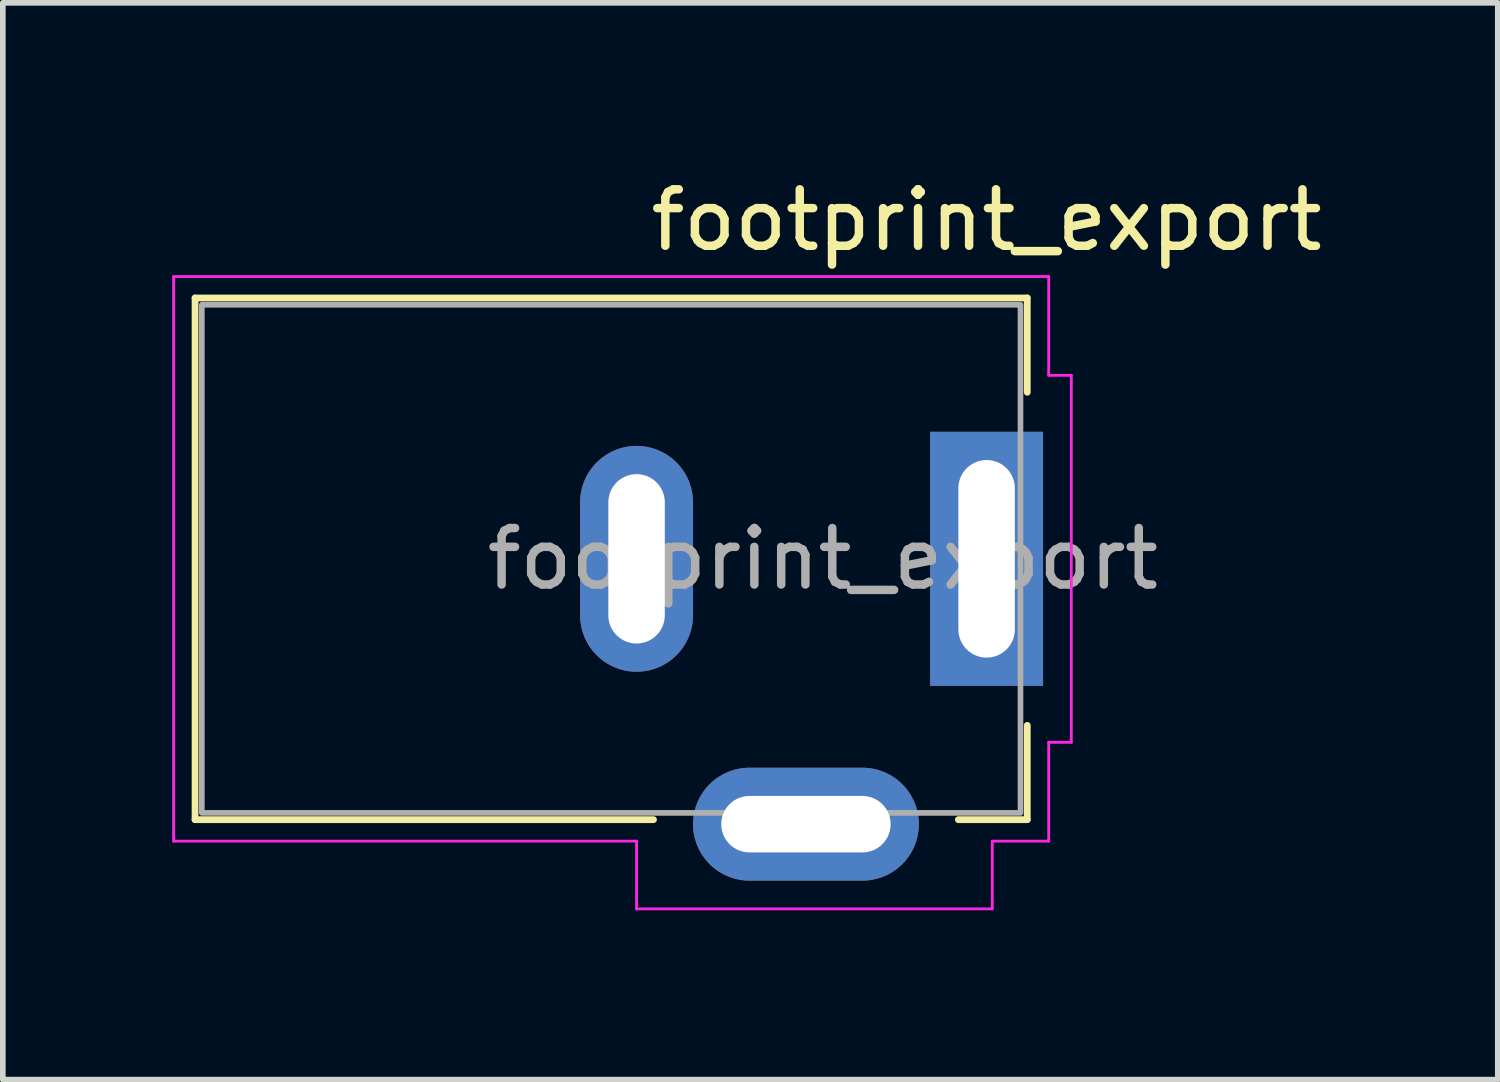
<source format=kicad_pcb>
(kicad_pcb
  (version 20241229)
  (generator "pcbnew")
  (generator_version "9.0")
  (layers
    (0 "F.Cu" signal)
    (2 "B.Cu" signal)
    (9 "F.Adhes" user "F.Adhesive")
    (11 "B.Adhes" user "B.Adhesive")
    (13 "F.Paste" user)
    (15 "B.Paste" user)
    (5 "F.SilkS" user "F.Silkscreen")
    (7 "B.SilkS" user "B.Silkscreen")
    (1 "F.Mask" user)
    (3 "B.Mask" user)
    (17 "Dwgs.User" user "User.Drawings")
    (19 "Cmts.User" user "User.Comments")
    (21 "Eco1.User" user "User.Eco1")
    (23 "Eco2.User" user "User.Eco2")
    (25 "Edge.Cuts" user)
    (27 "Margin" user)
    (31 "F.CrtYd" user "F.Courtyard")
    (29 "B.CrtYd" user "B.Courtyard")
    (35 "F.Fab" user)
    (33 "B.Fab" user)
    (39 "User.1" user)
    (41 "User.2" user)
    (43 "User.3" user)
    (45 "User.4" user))
  (footprint "footprint_export"
    (layer "F.Cu")
    (at 14.425 6.848)
    (property "Reference" "footprint_export" (at 0 -6 0) (unlocked yes) (layer "F.SilkS") (effects (font (size 1 1) (thickness 0.15))))
    (attr through_hole)
    (fp_line (start -14.02 -4.62) (end -14.02 4.62) (stroke (width 0.12) (type solid)) (layer "F.SilkS"))
    (fp_line (start -14.02 4.62) (end -5.9 4.62) (stroke (width 0.12) (type solid)) (layer "F.SilkS"))
    (fp_line (start -0.5 4.62) (end 0.72 4.62) (stroke (width 0.12) (type solid)) (layer "F.SilkS"))
    (fp_line (start 0.72 -4.62) (end -14.02 -4.62) (stroke (width 0.12) (type solid)) (layer "F.SilkS"))
    (fp_line (start 0.72 -2.95) (end 0.72 -4.62) (stroke (width 0.12) (type solid)) (layer "F.SilkS"))
    (fp_line (start 0.72 4.62) (end 0.72 2.95) (stroke (width 0.12) (type solid)) (layer "F.SilkS"))
    (fp_line (start -14.4 -5) (end 1.1 -5) (stroke (width 0.05) (type solid)) (layer "F.CrtYd"))
    (fp_line (start -14.4 5) (end -14.4 -5) (stroke (width 0.05) (type solid)) (layer "F.CrtYd"))
    (fp_line (start -6.2 5) (end -14.4 5) (stroke (width 0.05) (type solid)) (layer "F.CrtYd"))
    (fp_line (start -6.2 6.2) (end -6.2 5) (stroke (width 0.05) (type solid)) (layer "F.CrtYd"))
    (fp_line (start 0.1 5) (end 0.1 6.2) (stroke (width 0.05) (type solid)) (layer "F.CrtYd"))
    (fp_line (start 0.1 6.2) (end -6.2 6.2) (stroke (width 0.05) (type solid)) (layer "F.CrtYd"))
    (fp_line (start 1.1 -5) (end 1.1 -3.25) (stroke (width 0.05) (type solid)) (layer "F.CrtYd"))
    (fp_line (start 1.1 -3.25) (end 1.5 -3.25) (stroke (width 0.05) (type solid)) (layer "F.CrtYd"))
    (fp_line (start 1.1 3.25) (end 1.1 5) (stroke (width 0.05) (type solid)) (layer "F.CrtYd"))
    (fp_line (start 1.1 5) (end 0.1 5) (stroke (width 0.05) (type solid)) (layer "F.CrtYd"))
    (fp_line (start 1.5 -3.25) (end 1.5 3.25) (stroke (width 0.05) (type solid)) (layer "F.CrtYd"))
    (fp_line (start 1.5 3.25) (end 1.1 3.25) (stroke (width 0.05) (type solid)) (layer "F.CrtYd"))
    (fp_rect (start -13.9 -4.5) (end 0.6 4.5) (stroke (width 0.1) (type solid)) (fill no) (layer "F.Fab"))
    (fp_text user "${REFERENCE}" (at -2.9 0 0) (unlocked yes) (layer "F.Fab") (effects (font (size 1 1) (thickness 0.15))))
    (pad "1" thru_hole rect (at 0 0) (size 2 4.5) (drill oval 1 3.5) (layers "*.Cu" "*.Mask"))
    (pad "2" thru_hole oval (at -6.2 0) (size 2 4) (drill oval 1 3) (layers "*.Cu" "*.Mask"))
    (pad "3" thru_hole oval (at -3.2 4.7 90) (size 2 4) (drill oval 1 3) (layers "*.Cu" "*.Mask")))
  (gr_rect
    (start -3 -3)
    (end 23.479 16.073)
    (stroke (width 0.1) (type default))
    (fill no)
    (layer "Edge.Cuts")))
</source>
